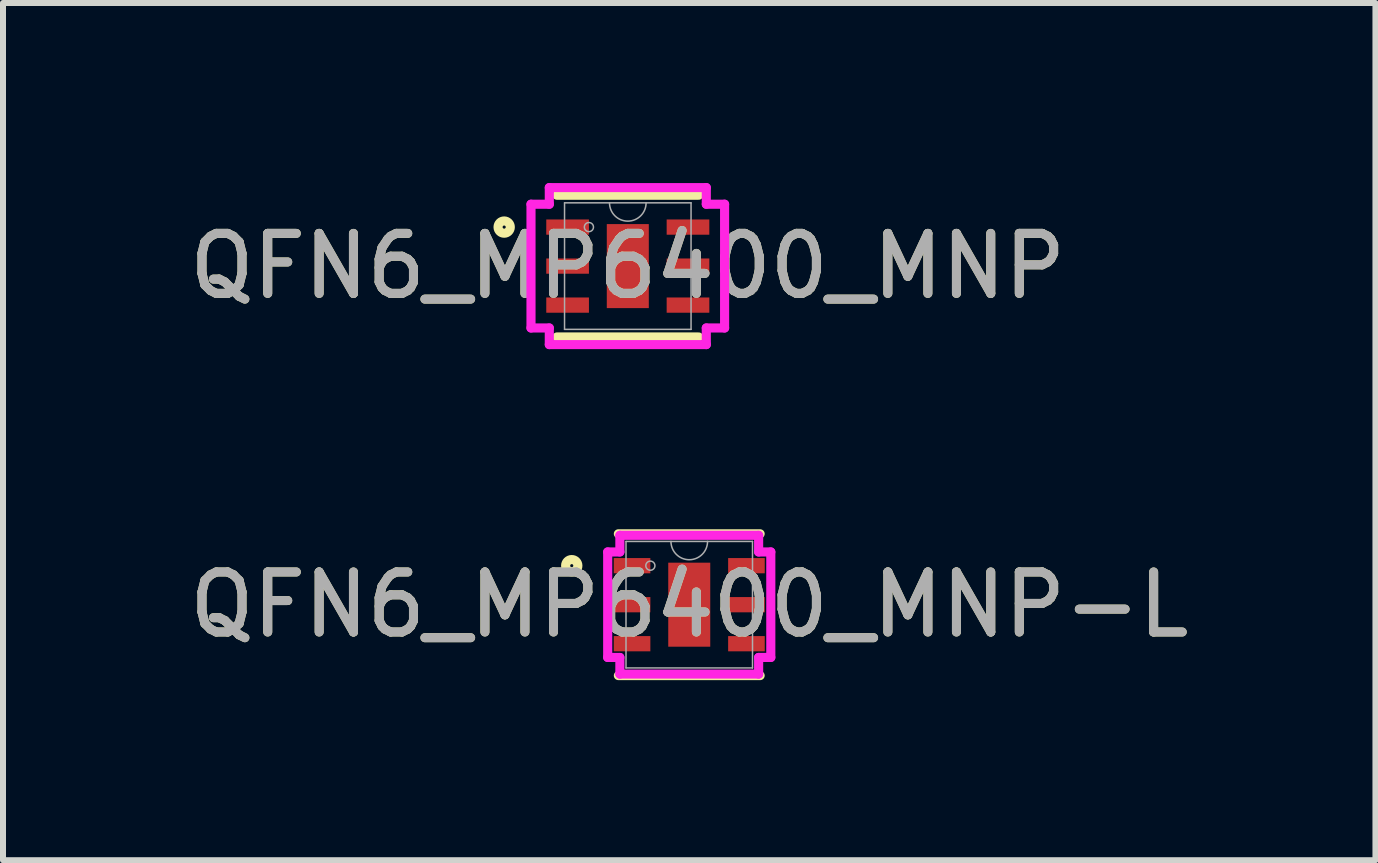
<source format=kicad_pcb>
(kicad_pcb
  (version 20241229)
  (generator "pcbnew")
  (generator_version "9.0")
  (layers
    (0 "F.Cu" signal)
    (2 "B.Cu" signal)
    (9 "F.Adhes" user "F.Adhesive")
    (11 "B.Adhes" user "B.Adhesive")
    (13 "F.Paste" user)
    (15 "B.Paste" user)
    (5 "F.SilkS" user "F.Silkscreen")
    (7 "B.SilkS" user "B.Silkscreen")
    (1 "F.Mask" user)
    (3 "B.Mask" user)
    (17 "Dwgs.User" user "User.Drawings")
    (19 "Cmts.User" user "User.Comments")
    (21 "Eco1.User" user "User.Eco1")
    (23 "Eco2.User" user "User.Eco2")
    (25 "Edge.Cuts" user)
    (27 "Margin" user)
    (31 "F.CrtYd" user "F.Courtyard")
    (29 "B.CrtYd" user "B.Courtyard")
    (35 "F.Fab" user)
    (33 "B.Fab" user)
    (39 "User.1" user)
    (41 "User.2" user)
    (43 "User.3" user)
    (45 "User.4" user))
  (footprint "QFN6_MP6400_MNP"
    (layer "F.Cu")
    (at 7.411 1.384)
    (property "Reference" "QFN6_MP6400_MNP" (at 0 0 0) (unlocked yes) (layer "F.SilkS") (effects (font (size 1 1) (thickness 0.15))))
    (attr smd)
    (fp_line (start -1.181 1.181) (end 1.181 1.181) (stroke (width 0.152) (type solid)) (layer "F.SilkS"))
    (fp_line (start 1.181 -1.181) (end -1.181 -1.181) (stroke (width 0.152) (type solid)) (layer "F.SilkS"))
    (fp_circle (center -2.06 -0.65) (end -1.958 -0.65) (stroke (width 0.152) (type solid)) (fill no) (layer "F.SilkS"))
    (fp_line (start -1.613 -1.031) (end -1.308 -1.031) (stroke (width 0.152) (type solid)) (layer "F.CrtYd"))
    (fp_line (start -1.613 1.031) (end -1.613 -1.031) (stroke (width 0.152) (type solid)) (layer "F.CrtYd"))
    (fp_line (start -1.613 1.031) (end -1.308 1.031) (stroke (width 0.152) (type solid)) (layer "F.CrtYd"))
    (fp_line (start -1.308 -1.308) (end 1.308 -1.308) (stroke (width 0.152) (type solid)) (layer "F.CrtYd"))
    (fp_line (start -1.308 -1.031) (end -1.308 -1.308) (stroke (width 0.152) (type solid)) (layer "F.CrtYd"))
    (fp_line (start -1.308 1.308) (end -1.308 1.031) (stroke (width 0.152) (type solid)) (layer "F.CrtYd"))
    (fp_line (start 1.308 -1.308) (end 1.308 -1.031) (stroke (width 0.152) (type solid)) (layer "F.CrtYd"))
    (fp_line (start 1.308 1.031) (end 1.308 1.308) (stroke (width 0.152) (type solid)) (layer "F.CrtYd"))
    (fp_line (start 1.308 1.308) (end -1.308 1.308) (stroke (width 0.152) (type solid)) (layer "F.CrtYd"))
    (fp_line (start 1.613 -1.031) (end 1.308 -1.031) (stroke (width 0.152) (type solid)) (layer "F.CrtYd"))
    (fp_line (start 1.613 -1.031) (end 1.613 1.031) (stroke (width 0.152) (type solid)) (layer "F.CrtYd"))
    (fp_line (start 1.613 1.031) (end 1.308 1.031) (stroke (width 0.152) (type solid)) (layer "F.CrtYd"))
    (fp_line (start -1.054 -1.054) (end -1.054 1.054) (stroke (width 0.025) (type solid)) (layer "F.Fab"))
    (fp_line (start -1.054 1.054) (end 1.054 1.054) (stroke (width 0.025) (type solid)) (layer "F.Fab"))
    (fp_line (start 1.054 -1.054) (end -1.054 -1.054) (stroke (width 0.025) (type solid)) (layer "F.Fab"))
    (fp_line (start 1.054 1.054) (end 1.054 -1.054) (stroke (width 0.025) (type solid)) (layer "F.Fab"))
    (fp_arc (start 0.3048 -1.0541) (mid 0 -0.7493) (end -0.3048 -1.0541) (stroke (width 0.0254) (type solid)) (layer "F.Fab"))
    (fp_circle (center -0.648 -0.65) (end -0.572 -0.65) (stroke (width 0.025) (type solid)) (fill no) (layer "F.Fab"))
    (fp_text user "${REFERENCE}" (at 0 0 0) (unlocked yes) (layer "F.Fab") (effects (font (size 1 1) (thickness 0.15))))
    (pad "1" smd rect (at -1.003 -0.65) (size 0.711 0.254) (layers "F.Cu" "F.Mask" "F.Paste"))
    (pad "2" smd rect (at -1.003 0) (size 0.711 0.254) (layers "F.Cu" "F.Mask" "F.Paste"))
    (pad "3" smd rect (at -1.003 0.65) (size 0.711 0.254) (layers "F.Cu" "F.Mask" "F.Paste"))
    (pad "4" smd rect (at 1.003 0.65) (size 0.711 0.254) (layers "F.Cu" "F.Mask" "F.Paste"))
    (pad "5" smd rect (at 1.003 0) (size 0.711 0.254) (layers "F.Cu" "F.Mask" "F.Paste"))
    (pad "6" smd rect (at 1.003 -0.65) (size 0.711 0.254) (layers "F.Cu" "F.Mask" "F.Paste"))
    (pad "7" smd rect (at 0 0) (size 0.7 1.4) (layers "F.Cu" "F.Mask" "F.Paste")))
  (footprint "QFN6_MP6400_MNP-L"
    (layer "F.Cu")
    (at 8.435 7.026)
    (property "Reference" "QFN6_MP6400_MNP-L" (at 0 0 0) (unlocked yes) (layer "F.SilkS") (effects (font (size 1 1) (thickness 0.15))))
    (attr smd)
    (fp_line (start -1.181 1.181) (end 1.181 1.181) (stroke (width 0.152) (type solid)) (layer "F.SilkS"))
    (fp_line (start 1.181 -1.181) (end -1.181 -1.181) (stroke (width 0.152) (type solid)) (layer "F.SilkS"))
    (fp_circle (center -1.958 -0.65) (end -1.856 -0.65) (stroke (width 0.152) (type solid)) (fill no) (layer "F.SilkS"))
    (fp_line (start -1.359 -0.879) (end -1.156 -0.879) (stroke (width 0.152) (type solid)) (layer "F.CrtYd"))
    (fp_line (start -1.359 0.879) (end -1.359 -0.879) (stroke (width 0.152) (type solid)) (layer "F.CrtYd"))
    (fp_line (start -1.359 0.879) (end -1.156 0.879) (stroke (width 0.152) (type solid)) (layer "F.CrtYd"))
    (fp_line (start -1.156 -1.156) (end 1.156 -1.156) (stroke (width 0.152) (type solid)) (layer "F.CrtYd"))
    (fp_line (start -1.156 -0.879) (end -1.156 -1.156) (stroke (width 0.152) (type solid)) (layer "F.CrtYd"))
    (fp_line (start -1.156 1.156) (end -1.156 0.879) (stroke (width 0.152) (type solid)) (layer "F.CrtYd"))
    (fp_line (start 1.156 -1.156) (end 1.156 -0.879) (stroke (width 0.152) (type solid)) (layer "F.CrtYd"))
    (fp_line (start 1.156 0.879) (end 1.156 1.156) (stroke (width 0.152) (type solid)) (layer "F.CrtYd"))
    (fp_line (start 1.156 1.156) (end -1.156 1.156) (stroke (width 0.152) (type solid)) (layer "F.CrtYd"))
    (fp_line (start 1.359 -0.879) (end 1.156 -0.879) (stroke (width 0.152) (type solid)) (layer "F.CrtYd"))
    (fp_line (start 1.359 -0.879) (end 1.359 0.879) (stroke (width 0.152) (type solid)) (layer "F.CrtYd"))
    (fp_line (start 1.359 0.879) (end 1.156 0.879) (stroke (width 0.152) (type solid)) (layer "F.CrtYd"))
    (fp_line (start -1.054 -1.054) (end -1.054 1.054) (stroke (width 0.025) (type solid)) (layer "F.Fab"))
    (fp_line (start -1.054 1.054) (end 1.054 1.054) (stroke (width 0.025) (type solid)) (layer "F.Fab"))
    (fp_line (start 1.054 -1.054) (end -1.054 -1.054) (stroke (width 0.025) (type solid)) (layer "F.Fab"))
    (fp_line (start 1.054 1.054) (end 1.054 -1.054) (stroke (width 0.025) (type solid)) (layer "F.Fab"))
    (fp_arc (start 0.3048 -1.0541) (mid 0 -0.7493) (end -0.3048 -1.0541) (stroke (width 0.0254) (type solid)) (layer "F.Fab"))
    (fp_circle (center -0.648 -0.65) (end -0.572 -0.65) (stroke (width 0.025) (type solid)) (fill no) (layer "F.Fab"))
    (fp_text user "${REFERENCE}" (at 0 0 0) (unlocked yes) (layer "F.Fab") (effects (font (size 1 1) (thickness 0.15))))
    (pad "1" smd rect (at -0.953 -0.65) (size 0.61 0.254) (layers "F.Cu" "F.Mask" "F.Paste"))
    (pad "2" smd rect (at -0.953 0) (size 0.61 0.254) (layers "F.Cu" "F.Mask" "F.Paste"))
    (pad "3" smd rect (at -0.953 0.65) (size 0.61 0.254) (layers "F.Cu" "F.Mask" "F.Paste"))
    (pad "4" smd rect (at 0.953 0.65) (size 0.61 0.254) (layers "F.Cu" "F.Mask" "F.Paste"))
    (pad "5" smd rect (at 0.953 0) (size 0.61 0.254) (layers "F.Cu" "F.Mask" "F.Paste"))
    (pad "6" smd rect (at 0.953 -0.65) (size 0.61 0.254) (layers "F.Cu" "F.Mask" "F.Paste"))
    (pad "7" smd rect (at 0 0) (size 0.7 1.4) (layers "F.Cu" "F.Mask" "F.Paste")))
  (gr_rect
    (start -3 -3)
    (end 19.869 11.283)
    (stroke (width 0.1) (type default))
    (fill no)
    (layer "Edge.Cuts")))
</source>
